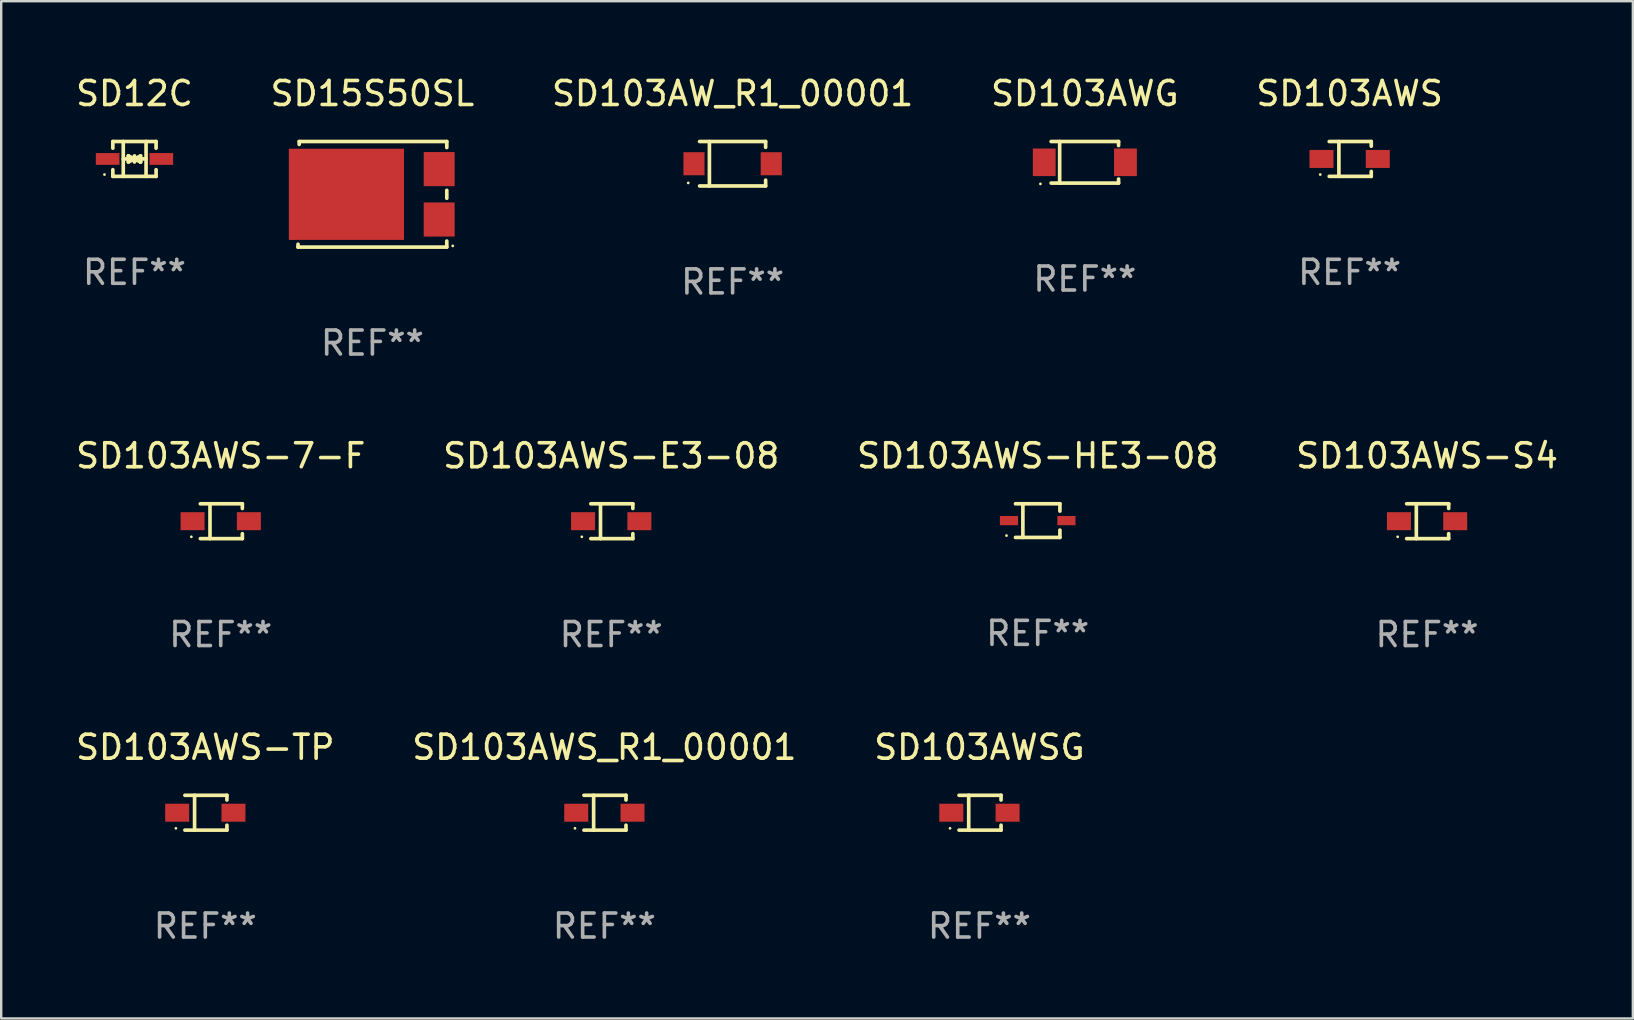
<source format=kicad_pcb>
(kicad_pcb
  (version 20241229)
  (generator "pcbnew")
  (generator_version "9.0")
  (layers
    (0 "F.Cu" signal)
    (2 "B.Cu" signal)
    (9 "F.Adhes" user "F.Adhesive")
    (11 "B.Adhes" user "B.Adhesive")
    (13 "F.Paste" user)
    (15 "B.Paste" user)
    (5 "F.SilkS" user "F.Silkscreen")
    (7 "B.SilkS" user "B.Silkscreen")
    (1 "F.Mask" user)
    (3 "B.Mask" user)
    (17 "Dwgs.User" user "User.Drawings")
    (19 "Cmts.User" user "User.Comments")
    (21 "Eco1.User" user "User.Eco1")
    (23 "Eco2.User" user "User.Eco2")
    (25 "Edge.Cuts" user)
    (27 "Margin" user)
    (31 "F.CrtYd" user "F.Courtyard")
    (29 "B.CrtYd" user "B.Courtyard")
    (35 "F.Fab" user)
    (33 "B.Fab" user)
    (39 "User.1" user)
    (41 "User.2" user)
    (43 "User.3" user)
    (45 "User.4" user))
  (footprint "SD103AW_R1_00001"
    (layer "F.Cu")
    (at 27.482 3.774)
    (property "Reference" "SD103AW_R1_00001" (at 0 -2.926 0) (layer "F.SilkS") (effects (font (size 1 1) (thickness 0.15))))
    (attr through_hole)
    (fp_line (start -1.376 -0.926) (end 1.376 -0.926) (stroke (width 0.152) (type solid)) (layer "F.SilkS"))
    (fp_line (start -1.376 0.926) (end 1.376 0.926) (stroke (width 0.152) (type solid)) (layer "F.SilkS"))
    (fp_line (start -0.967 -0.926) (end -0.967 0.926) (stroke (width 0.152) (type solid)) (layer "F.SilkS"))
    (fp_line (start 1.376 -0.926) (end 1.376 -0.683) (stroke (width 0.152) (type solid)) (layer "F.SilkS"))
    (fp_line (start 1.376 0.926) (end 1.376 0.683) (stroke (width 0.152) (type solid)) (layer "F.SilkS"))
    (fp_circle (center -1.85 0.8) (end -1.82 0.8) (stroke (width 0.06) (type solid)) (fill no) (layer "F.SilkS"))
    (fp_text user "REF**" (at 0 4.926 0) (layer "F.Fab") (effects (font (size 1 1) (thickness 0.15))))
    (pad "1" smd rect (at -1.61 0) (size 0.88 0.96) (layers "F.Cu" "F.Mask" "F.Paste"))
    (pad "2" smd rect (at 1.61 0) (size 0.88 0.96) (layers "F.Cu" "F.Mask" "F.Paste")))
  (footprint "SD103AWS-E3-08"
    (layer "F.Cu")
    (at 22.423 18.671)
    (property "Reference" "SD103AWS-E3-08" (at 0 -2.726 0) (layer "F.SilkS") (effects (font (size 1 1) (thickness 0.15))))
    (attr through_hole)
    (fp_line (start -0.851 -0.726) (end 0.901 -0.726) (stroke (width 0.152) (type solid)) (layer "F.SilkS"))
    (fp_line (start -0.851 0.726) (end 0.901 0.726) (stroke (width 0.152) (type solid)) (layer "F.SilkS"))
    (fp_line (start -0.447 -0.726) (end -0.447 0.726) (stroke (width 0.152) (type solid)) (layer "F.SilkS"))
    (fp_line (start 0.901 -0.726) (end 0.901 -0.53) (stroke (width 0.152) (type solid)) (layer "F.SilkS"))
    (fp_line (start 0.901 0.726) (end 0.901 0.52) (stroke (width 0.152) (type solid)) (layer "F.SilkS"))
    (fp_circle (center -1.225 0.65) (end -1.195 0.65) (stroke (width 0.06) (type solid)) (fill no) (layer "F.SilkS"))
    (fp_text user "REF**" (at 0 4.726 0) (layer "F.Fab") (effects (font (size 1 1) (thickness 0.15))))
    (pad "1" smd rect (at -1.173 0) (size 1 0.75) (layers "F.Cu" "F.Mask" "F.Paste"))
    (pad "2" smd rect (at 1.173 0) (size 1 0.75) (layers "F.Cu" "F.Mask" "F.Paste")))
  (footprint "SD15S50SL"
    (layer "F.Cu")
    (at 12.47 5.048)
    (property "Reference" "SD15S50SL" (at 0 -4.2 0) (layer "F.SilkS") (effects (font (size 1 1) (thickness 0.15))))
    (attr through_hole)
    (fp_line (start -3.1 2.2) (end -3.099 2.08) (stroke (width 0.152) (type solid)) (layer "F.SilkS"))
    (fp_line (start -3.051 -2.08) (end -3.05 -2.2) (stroke (width 0.152) (type solid)) (layer "F.SilkS"))
    (fp_line (start -3.05 -2.2) (end 3.1 -2.2) (stroke (width 0.152) (type solid)) (layer "F.SilkS"))
    (fp_line (start 3.1 -2.2) (end 3.1 -1.948) (stroke (width 0.152) (type solid)) (layer "F.SilkS"))
    (fp_line (start 3.1 -0.165) (end 3.1 0.165) (stroke (width 0.152) (type solid)) (layer "F.SilkS"))
    (fp_line (start 3.1 1.948) (end 3.1 2.2) (stroke (width 0.152) (type solid)) (layer "F.SilkS"))
    (fp_line (start 3.1 2.2) (end -3.1 2.2) (stroke (width 0.152) (type solid)) (layer "F.SilkS"))
    (fp_circle (center 3.35 2.15) (end 3.38 2.15) (stroke (width 0.06) (type solid)) (fill no) (layer "F.SilkS"))
    (fp_text user "REF**" (at 0 6.2 0) (layer "F.Fab") (effects (font (size 1 1) (thickness 0.15))))
    (pad "1" smd rect (at 2.783 1.05) (size 1.29 1.422) (layers "F.Cu" "F.Mask" "F.Paste"))
    (pad "2" smd rect (at 2.783 -1.05) (size 1.29 1.422) (layers "F.Cu" "F.Mask" "F.Paste"))
    (pad "3" smd rect (at -1.083 0 90) (size 3.8 4.8) (layers "F.Cu" "F.Mask" "F.Paste")))
  (footprint "SD103AWS-7-F"
    (layer "F.Cu")
    (at 6.149 18.671)
    (property "Reference" "SD103AWS-7-F" (at 0 -2.726 0) (layer "F.SilkS") (effects (font (size 1 1) (thickness 0.15))))
    (attr through_hole)
    (fp_line (start -0.851 -0.726) (end 0.901 -0.726) (stroke (width 0.152) (type solid)) (layer "F.SilkS"))
    (fp_line (start -0.851 0.726) (end 0.901 0.726) (stroke (width 0.152) (type solid)) (layer "F.SilkS"))
    (fp_line (start -0.447 -0.726) (end -0.447 0.726) (stroke (width 0.152) (type solid)) (layer "F.SilkS"))
    (fp_line (start 0.901 -0.726) (end 0.901 -0.53) (stroke (width 0.152) (type solid)) (layer "F.SilkS"))
    (fp_line (start 0.901 0.726) (end 0.901 0.52) (stroke (width 0.152) (type solid)) (layer "F.SilkS"))
    (fp_circle (center -1.225 0.65) (end -1.195 0.65) (stroke (width 0.06) (type solid)) (fill no) (layer "F.SilkS"))
    (fp_text user "REF**" (at 0 4.726 0) (layer "F.Fab") (effects (font (size 1 1) (thickness 0.15))))
    (pad "1" smd rect (at -1.173 0) (size 1 0.75) (layers "F.Cu" "F.Mask" "F.Paste"))
    (pad "2" smd rect (at 1.173 0) (size 1 0.75) (layers "F.Cu" "F.Mask" "F.Paste")))
  (footprint "SD103AWS"
    (layer "F.Cu")
    (at 53.196 3.574)
    (property "Reference" "SD103AWS" (at 0 -2.726 0) (layer "F.SilkS") (effects (font (size 1 1) (thickness 0.15))))
    (attr through_hole)
    (fp_line (start -0.851 -0.726) (end 0.901 -0.726) (stroke (width 0.152) (type solid)) (layer "F.SilkS"))
    (fp_line (start -0.851 0.726) (end 0.901 0.726) (stroke (width 0.152) (type solid)) (layer "F.SilkS"))
    (fp_line (start -0.447 -0.726) (end -0.447 0.726) (stroke (width 0.152) (type solid)) (layer "F.SilkS"))
    (fp_line (start 0.901 -0.726) (end 0.901 -0.53) (stroke (width 0.152) (type solid)) (layer "F.SilkS"))
    (fp_line (start 0.901 0.726) (end 0.901 0.52) (stroke (width 0.152) (type solid)) (layer "F.SilkS"))
    (fp_circle (center -1.225 0.65) (end -1.195 0.65) (stroke (width 0.06) (type solid)) (fill no) (layer "F.SilkS"))
    (fp_text user "REF**" (at 0 4.726 0) (layer "F.Fab") (effects (font (size 1 1) (thickness 0.15))))
    (pad "1" smd rect (at -1.173 0) (size 1 0.75) (layers "F.Cu" "F.Mask" "F.Paste"))
    (pad "2" smd rect (at 1.173 0) (size 1 0.75) (layers "F.Cu" "F.Mask" "F.Paste")))
  (footprint "SD103AWSG"
    (layer "F.Cu")
    (at 37.768 30.82)
    (property "Reference" "SD103AWSG" (at 0 -2.726 0) (layer "F.SilkS") (effects (font (size 1 1) (thickness 0.15))))
    (attr through_hole)
    (fp_line (start -0.851 -0.726) (end 0.901 -0.726) (stroke (width 0.152) (type solid)) (layer "F.SilkS"))
    (fp_line (start -0.851 0.726) (end 0.901 0.726) (stroke (width 0.152) (type solid)) (layer "F.SilkS"))
    (fp_line (start -0.447 -0.726) (end -0.447 0.726) (stroke (width 0.152) (type solid)) (layer "F.SilkS"))
    (fp_line (start 0.901 -0.726) (end 0.901 -0.53) (stroke (width 0.152) (type solid)) (layer "F.SilkS"))
    (fp_line (start 0.901 0.726) (end 0.901 0.52) (stroke (width 0.152) (type solid)) (layer "F.SilkS"))
    (fp_circle (center -1.225 0.65) (end -1.195 0.65) (stroke (width 0.06) (type solid)) (fill no) (layer "F.SilkS"))
    (fp_text user "REF**" (at 0 4.726 0) (layer "F.Fab") (effects (font (size 1 1) (thickness 0.15))))
    (pad "1" smd rect (at -1.173 0) (size 1 0.75) (layers "F.Cu" "F.Mask" "F.Paste"))
    (pad "2" smd rect (at 1.173 0) (size 1 0.75) (layers "F.Cu" "F.Mask" "F.Paste")))
  (footprint "SD12C"
    (layer "F.Cu")
    (at 2.554 3.574)
    (property "Reference" "SD12C" (at 0 -2.726 0) (layer "F.SilkS") (effects (font (size 1 1) (thickness 0.15))))
    (attr through_hole)
    (fp_line (start -0.901 -0.726) (end -0.901 -0.448) (stroke (width 0.152) (type solid)) (layer "F.SilkS"))
    (fp_line (start -0.901 0.726) (end -0.901 0.448) (stroke (width 0.152) (type solid)) (layer "F.SilkS"))
    (fp_line (start -0.467 0) (end 0.483 -0.003) (stroke (width 0.154) (type solid)) (layer "F.SilkS"))
    (fp_line (start -0.467 0.726) (end -0.467 -0.726) (stroke (width 0.152) (type solid)) (layer "F.SilkS"))
    (fp_line (start -0.254 -0.127) (end -0.254 -0.127) (stroke (width 0.154) (type solid)) (layer "F.SilkS"))
    (fp_line (start -0.254 -0.127) (end -0.002 -0.003) (stroke (width 0.154) (type solid)) (layer "F.SilkS"))
    (fp_line (start -0.254 0.127) (end -0.254 -0.127) (stroke (width 0.154) (type solid)) (layer "F.SilkS"))
    (fp_line (start -0.127 0) (end 0.003 0) (stroke (width 0.154) (type solid)) (layer "F.SilkS"))
    (fp_line (start -0.003 0) (end -0.254 0.127) (stroke (width 0.154) (type solid)) (layer "F.SilkS"))
    (fp_line (start 0 -0.127) (end 0 0.127) (stroke (width 0.154) (type solid)) (layer "F.SilkS"))
    (fp_line (start 0.003 0) (end 0.254 -0.127) (stroke (width 0.154) (type solid)) (layer "F.SilkS"))
    (fp_line (start 0.127 0) (end -0.003 0) (stroke (width 0.154) (type solid)) (layer "F.SilkS"))
    (fp_line (start 0.254 -0.127) (end 0.254 0.127) (stroke (width 0.154) (type solid)) (layer "F.SilkS"))
    (fp_line (start 0.254 0.127) (end 0.002 0.003) (stroke (width 0.154) (type solid)) (layer "F.SilkS"))
    (fp_line (start 0.254 0.127) (end 0.254 0.127) (stroke (width 0.154) (type solid)) (layer "F.SilkS"))
    (fp_line (start 0.483 0.726) (end 0.483 -0.726) (stroke (width 0.152) (type solid)) (layer "F.SilkS"))
    (fp_line (start 0.901 -0.726) (end -0.901 -0.726) (stroke (width 0.152) (type solid)) (layer "F.SilkS"))
    (fp_line (start 0.901 -0.726) (end 0.901 -0.448) (stroke (width 0.152) (type solid)) (layer "F.SilkS"))
    (fp_line (start 0.901 0.726) (end -0.901 0.726) (stroke (width 0.152) (type solid)) (layer "F.SilkS"))
    (fp_line (start 0.901 0.726) (end 0.901 0.448) (stroke (width 0.152) (type solid)) (layer "F.SilkS"))
    (fp_circle (center -1.25 0.65) (end -1.22 0.65) (stroke (width 0.06) (type solid)) (fill no) (layer "F.SilkS"))
    (fp_text user "REF**" (at 0 4.726 0) (layer "F.Fab") (effects (font (size 1 1) (thickness 0.15))))
    (pad "1" smd rect (at -1.118 0) (size 0.985 0.49) (layers "F.Cu" "F.Mask" "F.Paste"))
    (pad "2" smd rect (at 1.118 0) (size 0.985 0.49) (layers "F.Cu" "F.Mask" "F.Paste")))
  (footprint "SD103AWS-S4"
    (layer "F.Cu")
    (at 56.423 18.671)
    (property "Reference" "SD103AWS-S4" (at 0 -2.726 0) (layer "F.SilkS") (effects (font (size 1 1) (thickness 0.15))))
    (attr through_hole)
    (fp_line (start -0.851 -0.726) (end 0.901 -0.726) (stroke (width 0.152) (type solid)) (layer "F.SilkS"))
    (fp_line (start -0.851 0.726) (end 0.901 0.726) (stroke (width 0.152) (type solid)) (layer "F.SilkS"))
    (fp_line (start -0.447 -0.726) (end -0.447 0.726) (stroke (width 0.152) (type solid)) (layer "F.SilkS"))
    (fp_line (start 0.901 -0.726) (end 0.901 -0.53) (stroke (width 0.152) (type solid)) (layer "F.SilkS"))
    (fp_line (start 0.901 0.726) (end 0.901 0.52) (stroke (width 0.152) (type solid)) (layer "F.SilkS"))
    (fp_circle (center -1.225 0.65) (end -1.195 0.65) (stroke (width 0.06) (type solid)) (fill no) (layer "F.SilkS"))
    (fp_text user "REF**" (at 0 4.726 0) (layer "F.Fab") (effects (font (size 1 1) (thickness 0.15))))
    (pad "1" smd rect (at -1.173 0) (size 1 0.75) (layers "F.Cu" "F.Mask" "F.Paste"))
    (pad "2" smd rect (at 1.173 0) (size 1 0.75) (layers "F.Cu" "F.Mask" "F.Paste")))
  (footprint "SD103AWG"
    (layer "F.Cu")
    (at 42.161 3.714)
    (property "Reference" "SD103AWG" (at 0 -2.866 0) (layer "F.SilkS") (effects (font (size 1 1) (thickness 0.15))))
    (attr through_hole)
    (fp_line (start -1.406 -0.866) (end 1.406 -0.866) (stroke (width 0.152) (type solid)) (layer "F.SilkS"))
    (fp_line (start -1.406 0.866) (end 1.406 0.866) (stroke (width 0.152) (type solid)) (layer "F.SilkS"))
    (fp_line (start -1.049 -0.866) (end -1.049 0.866) (stroke (width 0.152) (type solid)) (layer "F.SilkS"))
    (fp_line (start 1.406 -0.866) (end 1.406 -0.698) (stroke (width 0.152) (type solid)) (layer "F.SilkS"))
    (fp_line (start 1.406 0.866) (end 1.406 0.698) (stroke (width 0.152) (type solid)) (layer "F.SilkS"))
    (fp_circle (center -1.851 0.9) (end -1.821 0.9) (stroke (width 0.06) (type solid)) (fill no) (layer "F.SilkS"))
    (fp_text user "REF**" (at 0 4.866 0) (layer "F.Fab") (effects (font (size 1 1) (thickness 0.15))))
    (pad "1" smd rect (at -1.692 0) (size 0.95 1.15) (layers "F.Cu" "F.Mask" "F.Paste"))
    (pad "2" smd rect (at 1.692 0) (size 0.95 1.15) (layers "F.Cu" "F.Mask" "F.Paste")))
  (footprint "SD103AWS-HE3-08"
    (layer "F.Cu")
    (at 40.196 18.646)
    (property "Reference" "SD103AWS-HE3-08" (at 0 -2.701 0) (layer "F.SilkS") (effects (font (size 1 1) (thickness 0.15))))
    (attr through_hole)
    (fp_line (start -0.926 -0.701) (end 0.926 -0.701) (stroke (width 0.152) (type solid)) (layer "F.SilkS"))
    (fp_line (start -0.926 0.701) (end 0.926 0.701) (stroke (width 0.152) (type solid)) (layer "F.SilkS"))
    (fp_line (start -0.617 -0.701) (end -0.617 0.701) (stroke (width 0.152) (type solid)) (layer "F.SilkS"))
    (fp_line (start 0.926 -0.701) (end 0.926 -0.396) (stroke (width 0.152) (type solid)) (layer "F.SilkS"))
    (fp_line (start 0.926 0.701) (end 0.926 0.396) (stroke (width 0.152) (type solid)) (layer "F.SilkS"))
    (fp_circle (center -1.3 0.625) (end -1.27 0.625) (stroke (width 0.06) (type solid)) (fill no) (layer "F.SilkS"))
    (fp_text user "REF**" (at 0 4.701 0) (layer "F.Fab") (effects (font (size 1 1) (thickness 0.15))))
    (pad "1" smd rect (at -1.198 0 180) (size 0.755 0.385) (layers "F.Cu" "F.Mask" "F.Paste"))
    (pad "2" smd rect (at 1.198 0 180) (size 0.755 0.385) (layers "F.Cu" "F.Mask" "F.Paste")))
  (footprint "SD103AWS-TP"
    (layer "F.Cu")
    (at 5.506 30.82)
    (property "Reference" "SD103AWS-TP" (at 0 -2.726 0) (layer "F.SilkS") (effects (font (size 1 1) (thickness 0.15))))
    (attr through_hole)
    (fp_line (start -0.851 -0.726) (end 0.901 -0.726) (stroke (width 0.152) (type solid)) (layer "F.SilkS"))
    (fp_line (start -0.851 0.726) (end 0.901 0.726) (stroke (width 0.152) (type solid)) (layer "F.SilkS"))
    (fp_line (start -0.447 -0.726) (end -0.447 0.726) (stroke (width 0.152) (type solid)) (layer "F.SilkS"))
    (fp_line (start 0.901 -0.726) (end 0.901 -0.53) (stroke (width 0.152) (type solid)) (layer "F.SilkS"))
    (fp_line (start 0.901 0.726) (end 0.901 0.52) (stroke (width 0.152) (type solid)) (layer "F.SilkS"))
    (fp_circle (center -1.225 0.65) (end -1.195 0.65) (stroke (width 0.06) (type solid)) (fill no) (layer "F.SilkS"))
    (fp_text user "REF**" (at 0 4.726 0) (layer "F.Fab") (effects (font (size 1 1) (thickness 0.15))))
    (pad "1" smd rect (at -1.173 0) (size 1 0.75) (layers "F.Cu" "F.Mask" "F.Paste"))
    (pad "2" smd rect (at 1.173 0) (size 1 0.75) (layers "F.Cu" "F.Mask" "F.Paste")))
  (footprint "SD103AWS_R1_00001"
    (layer "F.Cu")
    (at 22.137 30.82)
    (property "Reference" "SD103AWS_R1_00001" (at 0 -2.726 0) (layer "F.SilkS") (effects (font (size 1 1) (thickness 0.15))))
    (attr through_hole)
    (fp_line (start -0.851 -0.726) (end 0.901 -0.726) (stroke (width 0.152) (type solid)) (layer "F.SilkS"))
    (fp_line (start -0.851 0.726) (end 0.901 0.726) (stroke (width 0.152) (type solid)) (layer "F.SilkS"))
    (fp_line (start -0.447 -0.726) (end -0.447 0.726) (stroke (width 0.152) (type solid)) (layer "F.SilkS"))
    (fp_line (start 0.901 -0.726) (end 0.901 -0.53) (stroke (width 0.152) (type solid)) (layer "F.SilkS"))
    (fp_line (start 0.901 0.726) (end 0.901 0.52) (stroke (width 0.152) (type solid)) (layer "F.SilkS"))
    (fp_circle (center -1.225 0.65) (end -1.195 0.65) (stroke (width 0.06) (type solid)) (fill no) (layer "F.SilkS"))
    (fp_text user "REF**" (at 0 4.726 0) (layer "F.Fab") (effects (font (size 1 1) (thickness 0.15))))
    (pad "1" smd rect (at -1.173 0) (size 1 0.75) (layers "F.Cu" "F.Mask" "F.Paste"))
    (pad "2" smd rect (at 1.173 0) (size 1 0.75) (layers "F.Cu" "F.Mask" "F.Paste")))
  (gr_rect
    (start -3 -3)
    (end 65 39.394)
    (stroke (width 0.1) (type default))
    (fill no)
    (layer "Edge.Cuts")))
</source>
